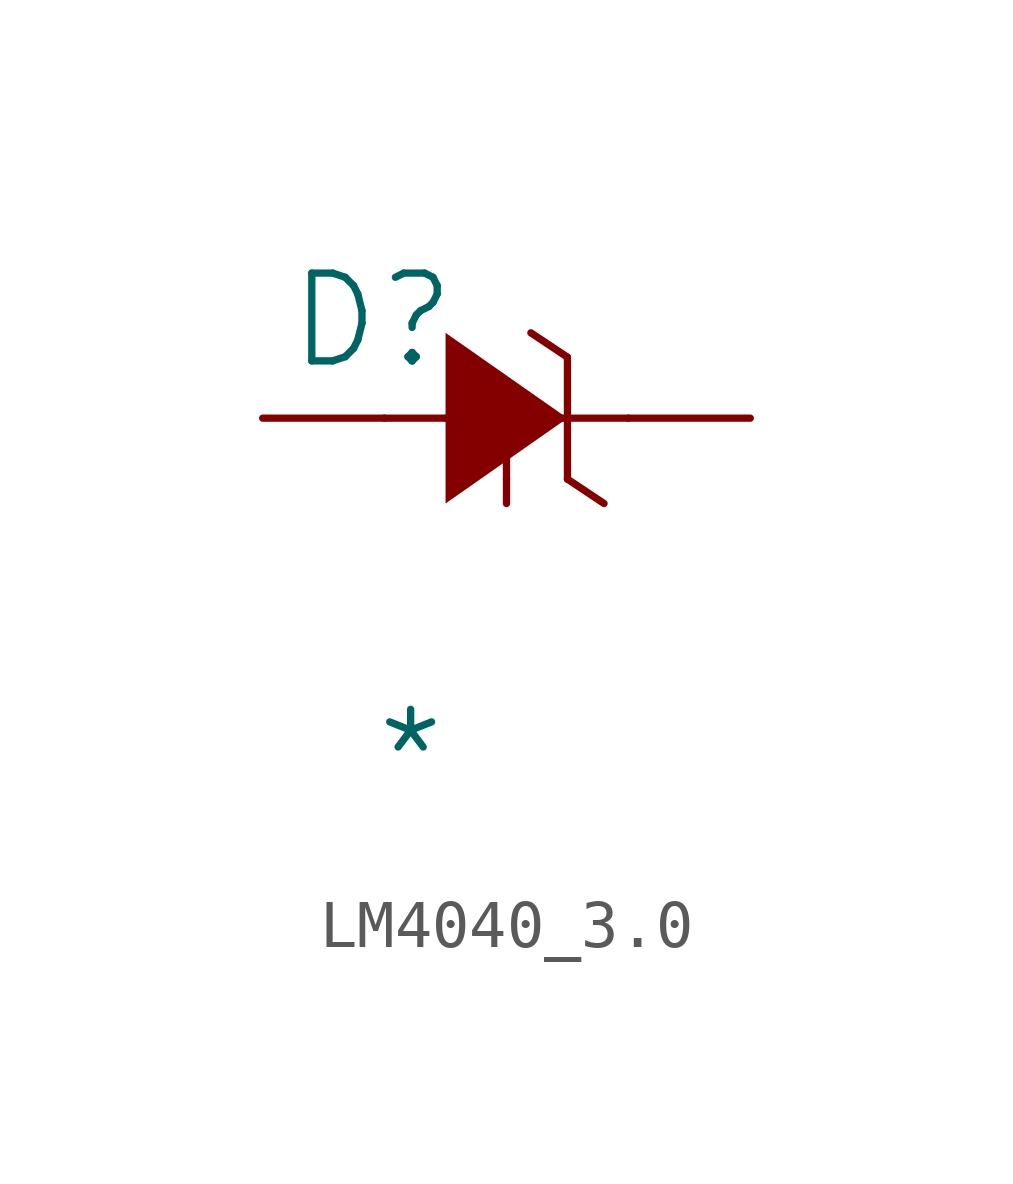
<source format=kicad_sym>
(kicad_symbol_lib
  (version 20241209)
  (generator "kicad_symbol_editor")
  (generator_version "9.0")
  (symbol "LM4040_3.0"
    (pin_numbers
      (hide yes))
    (pin_names
      (hide yes))
    (property "Reference" "D"
      (at -0.254 -0.508 0)
      (effects (font (size 1.829 1.829))))
    (property "Value" "*"
      (at -0.254 -10.668 0)
      (effects (font (size 1.829 1.829)) (justify left bottom)))
    (symbol "LM4040_3.0_1_0"
      (polyline (pts (xy 0 -2.54) (xy 2.54 -2.54)) (stroke (width 0) (type solid)) (fill (type none)))
      (polyline (pts (xy 1.27 -2.54) (xy 5.08 -2.54)) (stroke (width 0) (type solid)) (fill (type none)))
      (polyline (pts (xy 2.54 -2.54) (xy 2.54 -3.81)) (stroke (width 0) (type solid)) (fill (type none)))
      (polyline (pts (xy 3.048 -0.762) (xy 3.81 -1.27)) (stroke (width 0) (type solid)) (fill (type none)))
      (polyline (pts (xy 3.81 -1.27) (xy 3.81 -3.81)) (stroke (width 0) (type solid)) (fill (type none)))
      (polyline (pts (xy 3.81 -2.54) (xy 3.81 -2.54) (xy 1.27 -4.318) (xy 1.27 -0.762) (xy 3.81 -2.54) (xy 3.81 -2.54)) (stroke (width -0.0001) (type solid)) (fill (type outline)))
      (polyline (pts (xy 3.81 -3.81) (xy 4.572 -4.318)) (stroke (width 0) (type solid)) (fill (type none)))
      (pin passive line (at -2.54 -2.54 0) (length 2.54) (name "-" (effects (font (size 1.27 1.27)))) (number "2" (effects (font (size 1.27 1.27)))))
      (pin passive line (at 2.54 -4.318 90) (length 0.508) (name "NC" (effects (font (size 1.27 1.27)))) (number "3" (effects (font (size 1.27 1.27)))))
      (pin passive line (at 7.62 -2.54 180) (length 2.54) (name "+" (effects (font (size 1.27 1.27)))) (number "1" (effects (font (size 1.27 1.27))))))))
</source>
